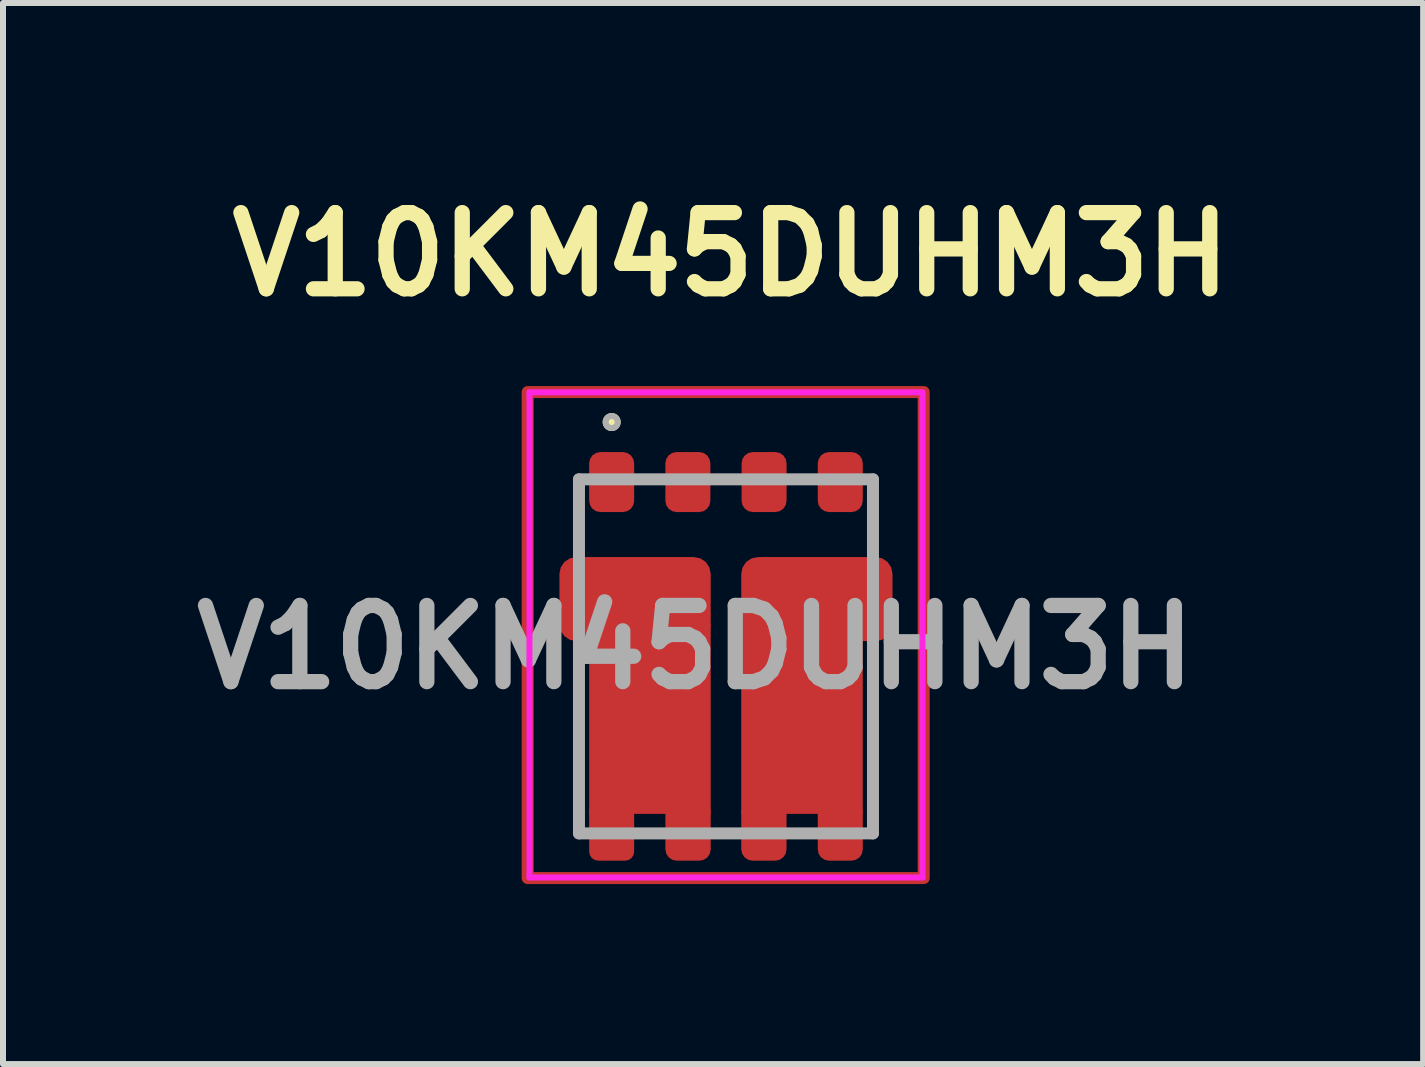
<source format=kicad_pcb>
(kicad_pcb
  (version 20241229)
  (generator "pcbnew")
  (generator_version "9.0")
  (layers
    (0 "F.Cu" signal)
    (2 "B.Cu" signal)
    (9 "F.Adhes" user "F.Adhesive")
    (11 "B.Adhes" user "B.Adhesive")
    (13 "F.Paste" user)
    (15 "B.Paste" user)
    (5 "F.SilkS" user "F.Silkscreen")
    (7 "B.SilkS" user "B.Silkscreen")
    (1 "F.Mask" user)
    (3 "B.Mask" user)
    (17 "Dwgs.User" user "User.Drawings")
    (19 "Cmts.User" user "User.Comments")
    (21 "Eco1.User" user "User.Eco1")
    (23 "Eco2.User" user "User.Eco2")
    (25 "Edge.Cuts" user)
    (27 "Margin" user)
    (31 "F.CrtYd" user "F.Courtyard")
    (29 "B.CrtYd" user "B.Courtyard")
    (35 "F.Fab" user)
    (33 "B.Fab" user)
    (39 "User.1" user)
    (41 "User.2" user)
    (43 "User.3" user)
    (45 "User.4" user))
  (footprint "V10KM45DUHM3H"
    (layer "F.Cu")
    (at 9.044 7.534)
    (property "Reference" "V10KM45DUHM3H" (at 0.085 -6.345 0) (layer "F.SilkS") (effects (font (size 1.27 1.27) (thickness 0.254))))
    (attr smd)
    (fp_rect (start -3.3 -4.05) (end 3.3 4.05) (stroke (width 0.2) (type default)) (fill no) (layer "F.Cu"))
    (fp_line (start -2.445 -1.645) (end -2.445 -1.845) (stroke (width 0.1) (type solid)) (layer "F.SilkS"))
    (fp_line (start 2.455 -1.645) (end 2.455 -1.845) (stroke (width 0.1) (type solid)) (layer "F.SilkS"))
    (fp_circle (center -1.9 -3.55) (end -1.9 -3.45) (stroke (width 0.1) (type default)) (fill yes) (layer "F.SilkS"))
    (fp_line (start -3.27 -4.045) (end -3.27 4.04) (stroke (width 0.1) (type solid)) (layer "F.CrtYd"))
    (fp_line (start -3.27 4.04) (end 3.28 4.04) (stroke (width 0.1) (type solid)) (layer "F.CrtYd"))
    (fp_line (start 3.28 -4.045) (end -3.27 -4.045) (stroke (width 0.1) (type solid)) (layer "F.CrtYd"))
    (fp_line (start 3.28 4.04) (end 3.28 -4.045) (stroke (width 0.1) (type solid)) (layer "F.CrtYd"))
    (fp_line (start -2.445 -2.595) (end -2.445 3.305) (stroke (width 0.2) (type solid)) (layer "F.Fab"))
    (fp_line (start -2.445 3.305) (end 2.455 3.305) (stroke (width 0.2) (type solid)) (layer "F.Fab"))
    (fp_line (start 2.455 -2.595) (end -2.445 -2.595) (stroke (width 0.2) (type solid)) (layer "F.Fab"))
    (fp_line (start 2.455 3.305) (end 2.455 -2.595) (stroke (width 0.2) (type solid)) (layer "F.Fab"))
    (fp_circle (center -1.9 -3.55) (end -1.9 -3.65) (stroke (width 0.1) (type default)) (fill no) (layer "F.Fab"))
    (fp_text user "${REFERENCE}" (at -0.505 0.202 180) (layer "F.Fab") (effects (font (size 1.27 1.27) (thickness 0.254))))
    (pad "1" smd roundrect (at -1.9 -2.55 180) (size 0.75 1) (layers "F.Cu" "F.Mask" "F.Paste") (roundrect_rratio 0.25))
    (pad "1" smd roundrect (at -0.63 -2.55 180) (size 0.75 1) (layers "F.Cu" "F.Mask" "F.Paste") (roundrect_rratio 0.25))
    (pad "2" smd roundrect (at 0.64 -2.55 180) (size 0.75 1) (layers "F.Cu" "F.Mask" "F.Paste") (roundrect_rratio 0.25))
    (pad "2" smd roundrect (at 1.91 -2.55 180) (size 0.75 1) (layers "F.Cu" "F.Mask" "F.Paste") (roundrect_rratio 0.25))
    (pad "3" smd roundrect (at -1.9 3.26 180) (size 0.75 1) (layers "F.Cu" "F.Mask" "F.Paste") (roundrect_rratio 0.2))
    (pad "3" smd roundrect (at -1.51 -0.6 90) (size 1.4 2.521) (layers "F.Cu" "F.Mask" "F.Paste") (roundrect_rratio 0.2))
    (pad "3" smd rect (at -1.262 1.395 180) (size 2.025 3.17) (layers "F.Cu" "F.Mask" "F.Paste"))
    (pad "3" smd roundrect (at -0.627 3.26 180) (size 0.755 1) (layers "F.Cu" "F.Mask" "F.Paste") (roundrect_rratio 0.25))
    (pad "4" smd roundrect (at 0.637 3.26 180) (size 0.755 1) (layers "F.Cu" "F.Mask" "F.Paste") (roundrect_rratio 0.25))
    (pad "4" smd rect (at 1.272 1.395 180) (size 2.025 3.17) (layers "F.Cu" "F.Mask" "F.Paste"))
    (pad "4" smd roundrect (at 1.52 -0.6 90) (size 1.4 2.521) (layers "F.Cu" "F.Mask" "F.Paste") (roundrect_rratio 0.2))
    (pad "4" smd roundrect (at 1.91 3.26 180) (size 0.75 1) (layers "F.Cu" "F.Mask" "F.Paste") (roundrect_rratio 0.25)))
  (gr_rect
    (start -3 -3)
    (end 20.668 14.684)
    (stroke (width 0.1) (type default))
    (fill no)
    (layer "Edge.Cuts")))
</source>
